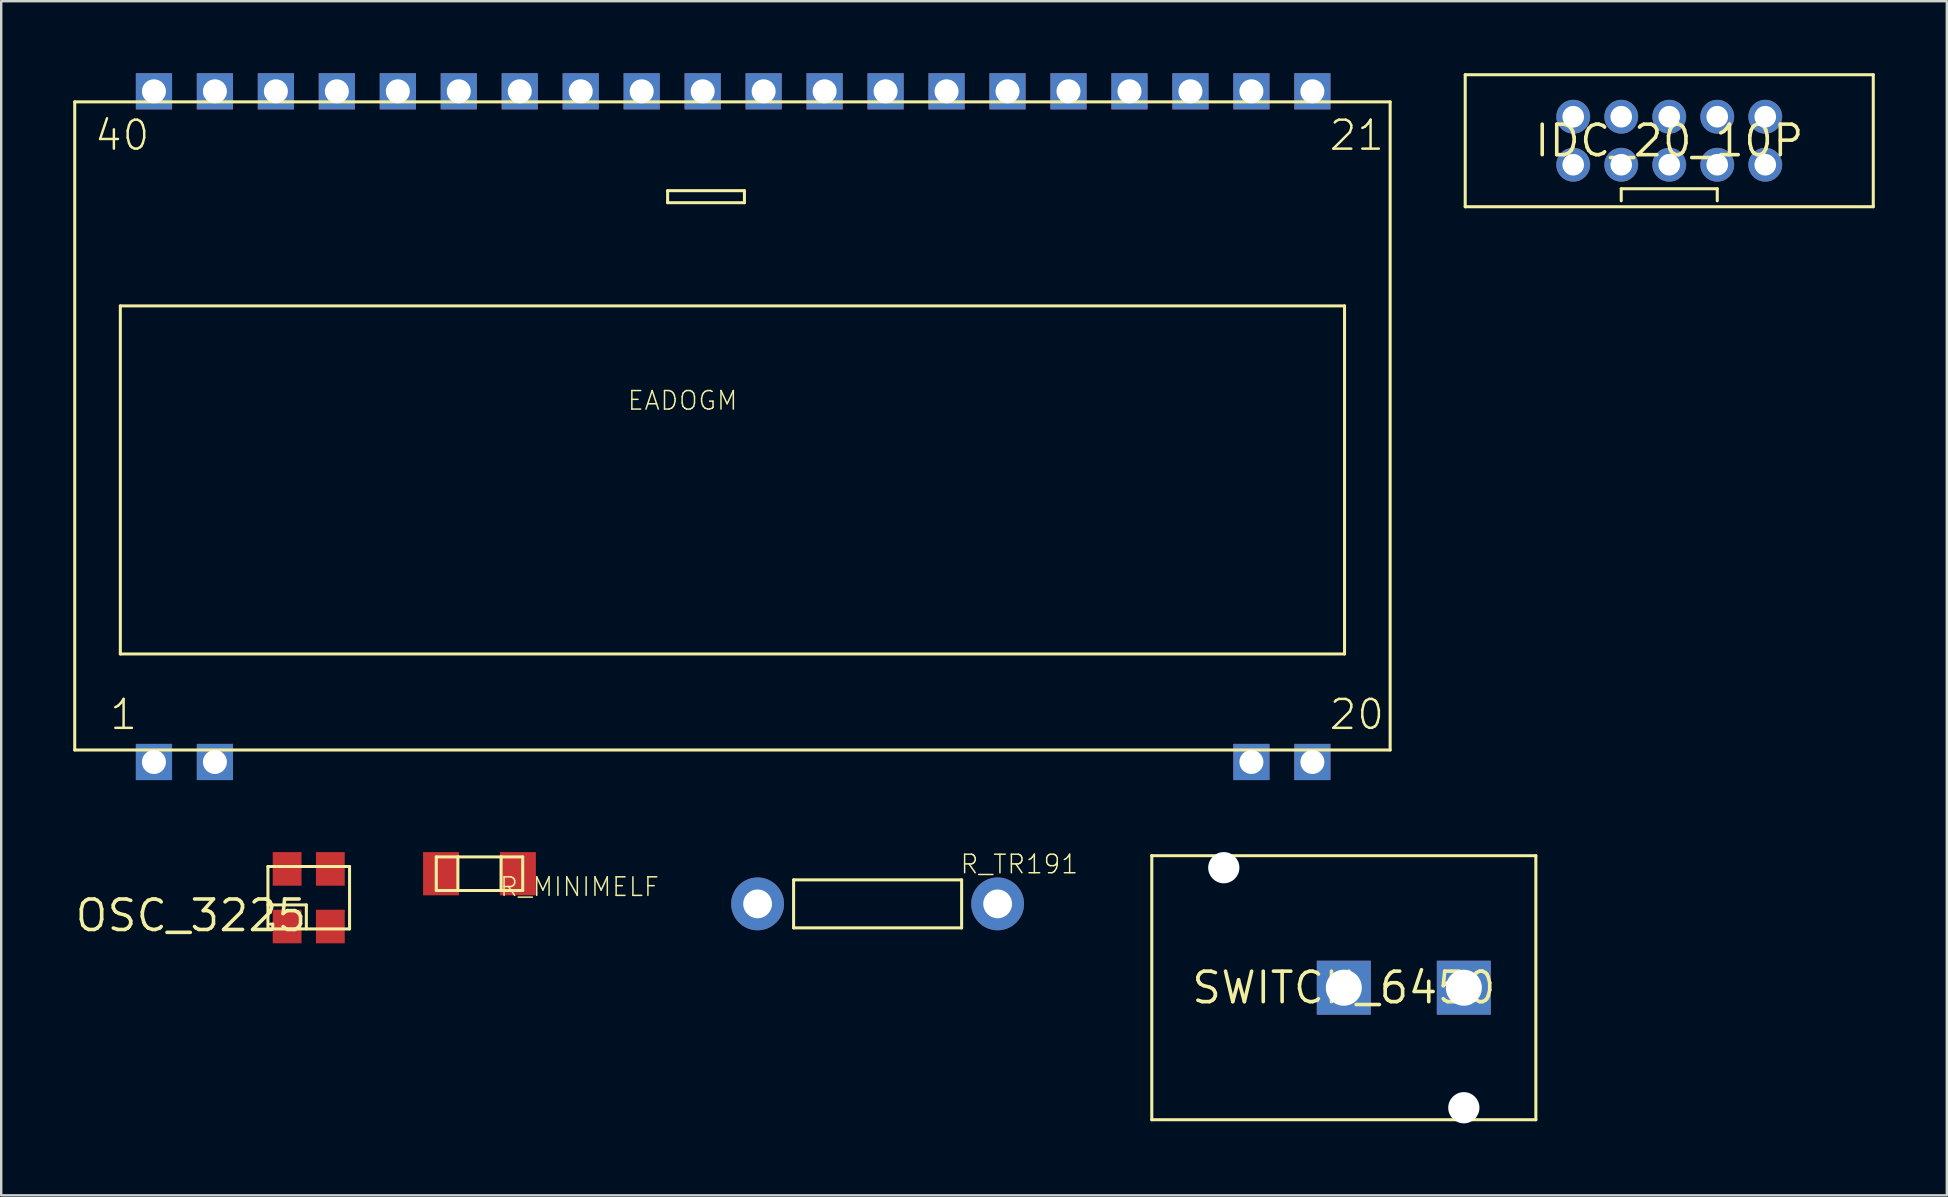
<source format=kicad_pcb>
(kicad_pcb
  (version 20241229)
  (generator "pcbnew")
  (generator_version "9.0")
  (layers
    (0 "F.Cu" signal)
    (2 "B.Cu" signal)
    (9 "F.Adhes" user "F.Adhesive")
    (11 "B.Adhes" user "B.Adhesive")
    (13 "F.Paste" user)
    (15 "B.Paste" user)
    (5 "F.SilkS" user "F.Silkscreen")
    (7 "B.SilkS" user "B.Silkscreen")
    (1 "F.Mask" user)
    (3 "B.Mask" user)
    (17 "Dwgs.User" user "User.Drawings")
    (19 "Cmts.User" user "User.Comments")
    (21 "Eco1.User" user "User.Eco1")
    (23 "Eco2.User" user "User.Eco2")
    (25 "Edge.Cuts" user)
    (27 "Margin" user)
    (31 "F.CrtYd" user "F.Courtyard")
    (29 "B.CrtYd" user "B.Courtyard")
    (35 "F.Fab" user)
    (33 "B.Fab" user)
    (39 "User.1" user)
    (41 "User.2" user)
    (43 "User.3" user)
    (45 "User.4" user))
  (footprint "EADOGM"
    (layer "F.Cu")
    (at 26.803 15.044)
    (property "Reference" "EADOGM" (at -3.755 -0.955 0) (layer "F.SilkS") (effects (font (size 0.772 0.772) (thickness 0.062)) (justify left bottom)))
    (attr through_hole)
    (fp_line (start -26.74 -13.85) (end -26.74 13.15) (stroke (width 0.127) (type solid)) (layer "F.SilkS"))
    (fp_line (start -26.74 13.15) (end 28.06 13.15) (stroke (width 0.127) (type solid)) (layer "F.SilkS"))
    (fp_line (start -24.84 -5.35) (end -24.84 9.15) (stroke (width 0.127) (type solid)) (layer "F.SilkS"))
    (fp_line (start -24.84 9.15) (end 26.16 9.15) (stroke (width 0.127) (type solid)) (layer "F.SilkS"))
    (fp_line (start -2.04 -10.15) (end 1.16 -10.15) (stroke (width 0.127) (type solid)) (layer "F.SilkS"))
    (fp_line (start -2.04 -9.65) (end -2.04 -10.15) (stroke (width 0.127) (type solid)) (layer "F.SilkS"))
    (fp_line (start 1.16 -10.15) (end 1.16 -9.65) (stroke (width 0.127) (type solid)) (layer "F.SilkS"))
    (fp_line (start 1.16 -9.65) (end -2.04 -9.65) (stroke (width 0.127) (type solid)) (layer "F.SilkS"))
    (fp_line (start 26.16 -5.35) (end -24.84 -5.35) (stroke (width 0.127) (type solid)) (layer "F.SilkS"))
    (fp_line (start 26.16 9.15) (end 26.16 -5.35) (stroke (width 0.127) (type solid)) (layer "F.SilkS"))
    (fp_line (start 28.06 -13.85) (end -26.74 -13.85) (stroke (width 0.127) (type solid)) (layer "F.SilkS"))
    (fp_line (start 28.06 13.15) (end 28.06 -13.85) (stroke (width 0.127) (type solid)) (layer "F.SilkS"))
    (fp_text user "1" (at -25.345 12.38 0) (layer "F.SilkS") (effects (font (size 1.206 1.206) (thickness 0.102)) (justify left bottom)))
    (fp_text user "21" (at 25.455 -11.75 0) (layer "F.SilkS") (effects (font (size 1.206 1.206) (thickness 0.102)) (justify left bottom)))
    (fp_text user "20" (at 25.455 12.38 0) (layer "F.SilkS") (effects (font (size 1.206 1.206) (thickness 0.102)) (justify left bottom)))
    (fp_text user "40" (at -25.98 -11.75 0) (layer "F.SilkS") (effects (font (size 1.206 1.206) (thickness 0.102)) (justify left bottom)))
    (pad "1" thru_hole rect (at -23.44 13.65) (size 1.508 1.508) (drill 1) (layers "*.Cu" "*.Mask"))
    (pad "2" thru_hole rect (at -20.9 13.65) (size 1.508 1.508) (drill 1) (layers "*.Cu" "*.Mask"))
    (pad "19" thru_hole rect (at 22.28 13.65) (size 1.508 1.508) (drill 1) (layers "*.Cu" "*.Mask"))
    (pad "20" thru_hole rect (at 24.82 13.65) (size 1.508 1.508) (drill 1) (layers "*.Cu" "*.Mask"))
    (pad "21" thru_hole rect (at 24.82 -14.29) (size 1.508 1.508) (drill 1) (layers "*.Cu" "*.Mask"))
    (pad "22" thru_hole rect (at 22.28 -14.29) (size 1.508 1.508) (drill 1) (layers "*.Cu" "*.Mask"))
    (pad "23" thru_hole rect (at 19.74 -14.29) (size 1.508 1.508) (drill 1) (layers "*.Cu" "*.Mask"))
    (pad "24" thru_hole rect (at 17.2 -14.29) (size 1.508 1.508) (drill 1) (layers "*.Cu" "*.Mask"))
    (pad "25" thru_hole rect (at 14.66 -14.29) (size 1.508 1.508) (drill 1) (layers "*.Cu" "*.Mask"))
    (pad "26" thru_hole rect (at 12.12 -14.29) (size 1.508 1.508) (drill 1) (layers "*.Cu" "*.Mask"))
    (pad "27" thru_hole rect (at 9.58 -14.29) (size 1.508 1.508) (drill 1) (layers "*.Cu" "*.Mask"))
    (pad "28" thru_hole rect (at 7.04 -14.29) (size 1.508 1.508) (drill 1) (layers "*.Cu" "*.Mask"))
    (pad "29" thru_hole rect (at 4.5 -14.29) (size 1.508 1.508) (drill 1) (layers "*.Cu" "*.Mask"))
    (pad "30" thru_hole rect (at 1.96 -14.29) (size 1.508 1.508) (drill 1) (layers "*.Cu" "*.Mask"))
    (pad "31" thru_hole rect (at -0.58 -14.29) (size 1.508 1.508) (drill 1) (layers "*.Cu" "*.Mask"))
    (pad "32" thru_hole rect (at -3.12 -14.29) (size 1.508 1.508) (drill 1) (layers "*.Cu" "*.Mask"))
    (pad "33" thru_hole rect (at -5.66 -14.29) (size 1.508 1.508) (drill 1) (layers "*.Cu" "*.Mask"))
    (pad "34" thru_hole rect (at -8.2 -14.29) (size 1.508 1.508) (drill 1) (layers "*.Cu" "*.Mask"))
    (pad "35" thru_hole rect (at -10.74 -14.29) (size 1.508 1.508) (drill 1) (layers "*.Cu" "*.Mask"))
    (pad "36" thru_hole rect (at -13.28 -14.29) (size 1.508 1.508) (drill 1) (layers "*.Cu" "*.Mask"))
    (pad "37" thru_hole rect (at -15.82 -14.29) (size 1.508 1.508) (drill 1) (layers "*.Cu" "*.Mask"))
    (pad "38" thru_hole rect (at -18.36 -14.29) (size 1.508 1.508) (drill 1) (layers "*.Cu" "*.Mask"))
    (pad "39" thru_hole rect (at -20.9 -14.29) (size 1.508 1.508) (drill 1) (layers "*.Cu" "*.Mask"))
    (pad "40" thru_hole rect (at -23.44 -14.29) (size 1.508 1.508) (drill 1) (layers "*.Cu" "*.Mask")))
  (footprint "SWITCH_6450"
    (layer "F.Cu")
    (at 52.933 38.098)
    (property "Reference" "SWITCH_6450" (at 0 0 0) (layer "F.SilkS") (effects (font (size 1.27 1.27) (thickness 0.15))))
    (attr through_hole)
    (fp_line (start -8 -5.5) (end -8 5.5) (stroke (width 0.127) (type solid)) (layer "F.SilkS"))
    (fp_line (start -8 5.5) (end 8 5.5) (stroke (width 0.127) (type solid)) (layer "F.SilkS"))
    (fp_line (start 8 -5.5) (end -8 -5.5) (stroke (width 0.127) (type solid)) (layer "F.SilkS"))
    (fp_line (start 8 5.5) (end 8 -5.5) (stroke (width 0.127) (type solid)) (layer "F.SilkS"))
    (pad "" np_thru_hole circle (at -5 -5) (size 1.3 1.3) (drill 1.3) (layers "*.Cu" "*.Mask"))
    (pad "" np_thru_hole circle (at 5 5) (size 1.3 1.3) (drill 1.3) (layers "*.Cu" "*.Mask"))
    (pad "P$1" thru_hole rect (at 0 0) (size 2.25 2.25) (drill 1.5) (layers "*.Cu" "*.Mask"))
    (pad "P$2" thru_hole rect (at 5 0) (size 2.25 2.25) (drill 1.5) (layers "*.Cu" "*.Mask")))
  (footprint "R_MINIMELF"
    (layer "F.Cu")
    (at 16.925 33.348)
    (property "Reference" "R_MINIMELF" (at 0.8 1 180) (layer "F.SilkS") (effects (font (size 0.772 0.772) (thickness 0.062)) (justify left bottom)))
    (attr through_hole)
    (fp_line (start -1.8 -0.7) (end -1.8 0.7) (stroke (width 0.127) (type solid)) (layer "F.SilkS"))
    (fp_line (start -1.8 0.7) (end -0.9 0.7) (stroke (width 0.127) (type solid)) (layer "F.SilkS"))
    (fp_line (start -0.9 -0.7) (end -1.8 -0.7) (stroke (width 0.127) (type solid)) (layer "F.SilkS"))
    (fp_line (start -0.9 -0.7) (end -0.9 0.7) (stroke (width 0.127) (type solid)) (layer "F.SilkS"))
    (fp_line (start -0.9 0.7) (end 0.9 0.7) (stroke (width 0.127) (type solid)) (layer "F.SilkS"))
    (fp_line (start 0.9 -0.7) (end -0.9 -0.7) (stroke (width 0.127) (type solid)) (layer "F.SilkS"))
    (fp_line (start 0.9 -0.7) (end 0.9 0.7) (stroke (width 0.127) (type solid)) (layer "F.SilkS"))
    (fp_line (start 0.9 0.7) (end 1.8 0.7) (stroke (width 0.127) (type solid)) (layer "F.SilkS"))
    (fp_line (start 1.8 -0.7) (end 0.9 -0.7) (stroke (width 0.127) (type solid)) (layer "F.SilkS"))
    (fp_line (start 1.8 0.7) (end 1.8 -0.7) (stroke (width 0.127) (type solid)) (layer "F.SilkS"))
    (pad "P$1" smd rect (at -1.6 0) (size 1.5 1.8) (layers "F.Cu" "F.Mask" "F.Paste"))
    (pad "P$2" smd rect (at 1.6 0) (size 1.5 1.8) (layers "F.Cu" "F.Mask" "F.Paste")))
  (footprint "OSC_3225"
    (layer "F.Cu")
    (at 9.812 34.348)
    (property "Reference" "OSC_3225" (at 0 0 0) (layer "F.SilkS") (effects (font (size 1.27 1.27) (thickness 0.15)) (justify right top)))
    (attr through_hole)
    (fp_line (start -1.7 -1.3) (end 1.7 -1.3) (stroke (width 0.127) (type solid)) (layer "F.SilkS"))
    (fp_line (start -1.7 0.3) (end -0.1 0.3) (stroke (width 0.127) (type solid)) (layer "F.SilkS"))
    (fp_line (start -1.7 1.3) (end -1.7 -1.3) (stroke (width 0.127) (type solid)) (layer "F.SilkS"))
    (fp_line (start -1.6 1.1) (end -1.5 1.1) (stroke (width 0.127) (type solid)) (layer "F.SilkS"))
    (fp_line (start -1.5 1.1) (end -1.5 1.3) (stroke (width 0.127) (type solid)) (layer "F.SilkS"))
    (fp_line (start -0.1 0.3) (end -0.1 1.3) (stroke (width 0.127) (type solid)) (layer "F.SilkS"))
    (fp_line (start 1.7 -1.3) (end 1.7 1.3) (stroke (width 0.127) (type solid)) (layer "F.SilkS"))
    (fp_line (start 1.7 1.3) (end -1.7 1.3) (stroke (width 0.127) (type solid)) (layer "F.SilkS"))
    (pad "1" smd rect (at -0.9 1.2) (size 1.2 1.4) (layers "F.Cu" "F.Mask" "F.Paste"))
    (pad "2" smd rect (at 0.9 1.2) (size 1.2 1.4) (layers "F.Cu" "F.Mask" "F.Paste"))
    (pad "3" smd rect (at 0.9 -1.2) (size 1.2 1.4) (layers "F.Cu" "F.Mask" "F.Paste"))
    (pad "4" smd rect (at -0.9 -1.2) (size 1.2 1.4) (layers "F.Cu" "F.Mask" "F.Paste")))
  (footprint "IDC_20_10P"
    (layer "F.Cu")
    (at 66.49 2.813)
    (property "Reference" "IDC_20_10P" (at 0 0 0) (layer "F.SilkS") (effects (font (size 1.27 1.27) (thickness 0.15))))
    (attr through_hole)
    (fp_line (start -8.5 -2.75) (end -8.5 2.75) (stroke (width 0.127) (type solid)) (layer "F.SilkS"))
    (fp_line (start -8.5 2.75) (end 8.5 2.75) (stroke (width 0.127) (type solid)) (layer "F.SilkS"))
    (fp_line (start -2 2) (end 2 2) (stroke (width 0.127) (type solid)) (layer "F.SilkS"))
    (fp_line (start -2 2.5) (end -2 2) (stroke (width 0.127) (type solid)) (layer "F.SilkS"))
    (fp_line (start 2 2) (end 2 2.5) (stroke (width 0.127) (type solid)) (layer "F.SilkS"))
    (fp_line (start 8.5 -2.75) (end -8.5 -2.75) (stroke (width 0.127) (type solid)) (layer "F.SilkS"))
    (fp_line (start 8.5 2.75) (end 8.5 -2.75) (stroke (width 0.127) (type solid)) (layer "F.SilkS"))
    (pad "1" thru_hole circle (at -4 -1) (size 1.408 1.408) (drill 0.9) (layers "*.Cu" "*.Mask"))
    (pad "2" thru_hole circle (at -4 1) (size 1.408 1.408) (drill 0.9) (layers "*.Cu" "*.Mask"))
    (pad "3" thru_hole circle (at -2 -1) (size 1.408 1.408) (drill 0.9) (layers "*.Cu" "*.Mask"))
    (pad "4" thru_hole circle (at -2 1) (size 1.408 1.408) (drill 0.9) (layers "*.Cu" "*.Mask"))
    (pad "5" thru_hole circle (at 0 -1) (size 1.408 1.408) (drill 0.9) (layers "*.Cu" "*.Mask"))
    (pad "6" thru_hole circle (at 0 1) (size 1.408 1.408) (drill 0.9) (layers "*.Cu" "*.Mask"))
    (pad "7" thru_hole circle (at 2 -1) (size 1.408 1.408) (drill 0.9) (layers "*.Cu" "*.Mask"))
    (pad "8" thru_hole circle (at 2 1) (size 1.408 1.408) (drill 0.9) (layers "*.Cu" "*.Mask"))
    (pad "9" thru_hole circle (at 4 -1) (size 1.408 1.408) (drill 0.9) (layers "*.Cu" "*.Mask"))
    (pad "10" thru_hole circle (at 4 1) (size 1.408 1.408) (drill 0.9) (layers "*.Cu" "*.Mask")))
  (footprint "R_TR191"
    (layer "F.Cu")
    (at 33.511 34.605)
    (property "Reference" "R_TR191" (at 3.4 -1.2 0) (layer "F.SilkS") (effects (font (size 0.772 0.772) (thickness 0.062)) (justify left bottom)))
    (attr through_hole)
    (fp_line (start -3.5 -1) (end -3.5 1) (stroke (width 0.127) (type solid)) (layer "F.SilkS"))
    (fp_line (start -3.5 1) (end 3.5 1) (stroke (width 0.127) (type solid)) (layer "F.SilkS"))
    (fp_line (start 3.5 -1) (end -3.5 -1) (stroke (width 0.127) (type solid)) (layer "F.SilkS"))
    (fp_line (start 3.5 1) (end 3.5 -1) (stroke (width 0.127) (type solid)) (layer "F.SilkS"))
    (pad "P$1" thru_hole circle (at 5 0) (size 2.2 2.2) (drill 1.2) (layers "*.Cu" "*.Mask"))
    (pad "P$2" thru_hole circle (at -5 0) (size 2.2 2.2) (drill 1.2) (layers "*.Cu" "*.Mask")))
  (gr_rect
    (start -3 -3)
    (end 78.054 46.748)
    (stroke (width 0.1) (type default))
    (fill no)
    (layer "Edge.Cuts")))
</source>
